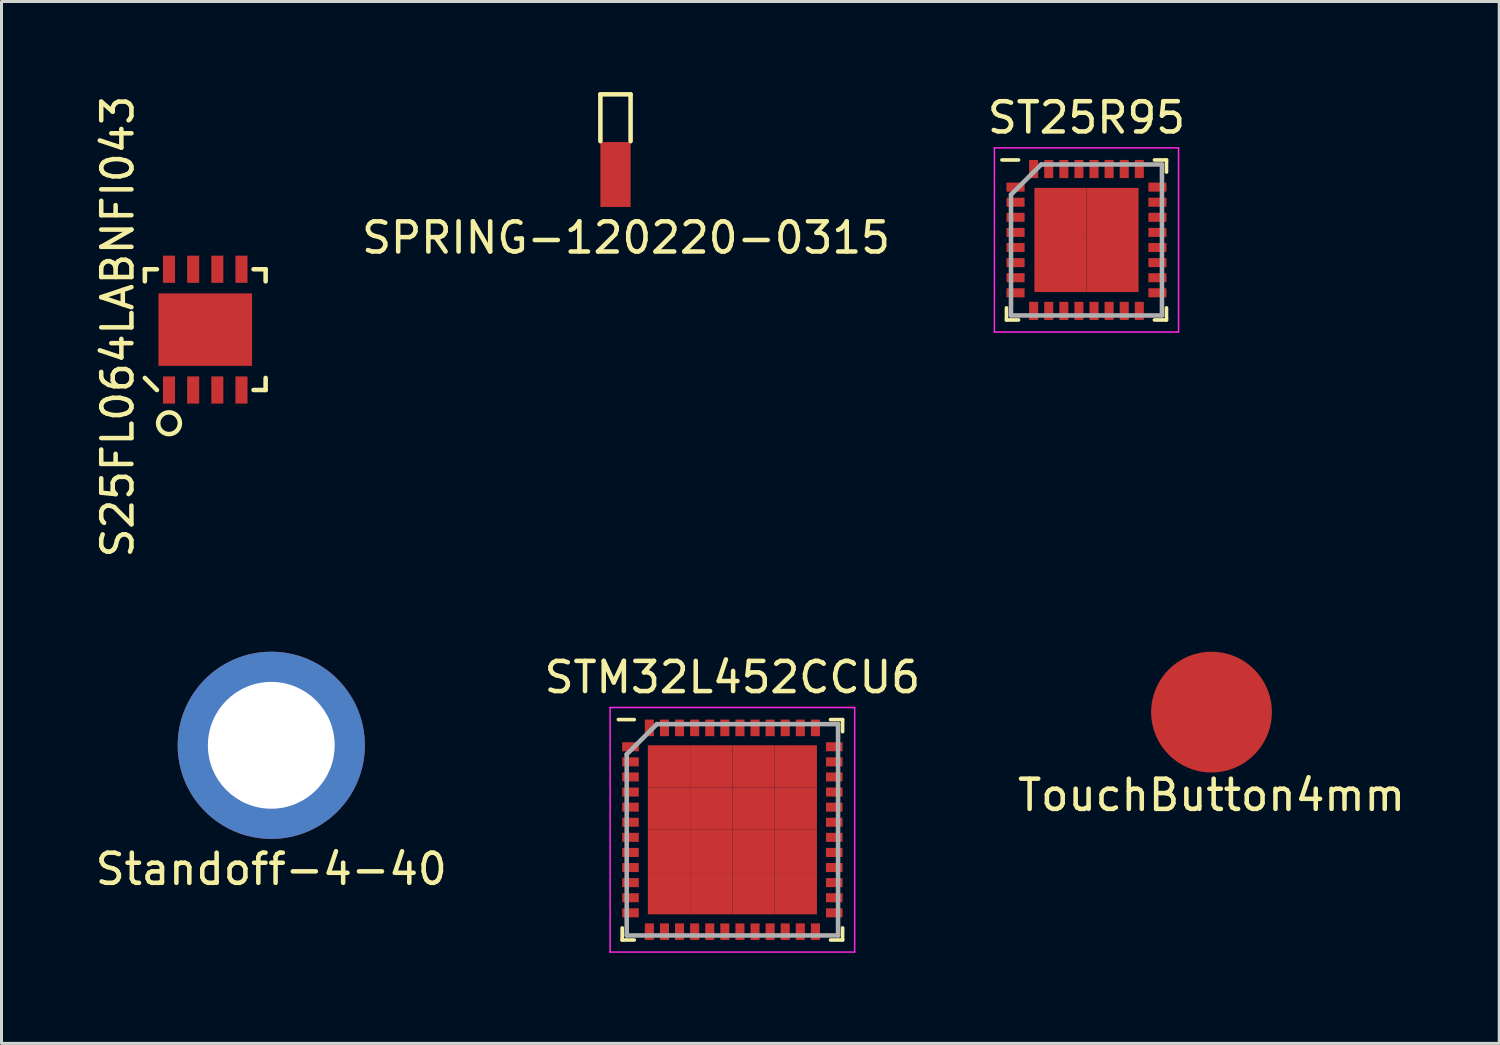
<source format=kicad_pcb>
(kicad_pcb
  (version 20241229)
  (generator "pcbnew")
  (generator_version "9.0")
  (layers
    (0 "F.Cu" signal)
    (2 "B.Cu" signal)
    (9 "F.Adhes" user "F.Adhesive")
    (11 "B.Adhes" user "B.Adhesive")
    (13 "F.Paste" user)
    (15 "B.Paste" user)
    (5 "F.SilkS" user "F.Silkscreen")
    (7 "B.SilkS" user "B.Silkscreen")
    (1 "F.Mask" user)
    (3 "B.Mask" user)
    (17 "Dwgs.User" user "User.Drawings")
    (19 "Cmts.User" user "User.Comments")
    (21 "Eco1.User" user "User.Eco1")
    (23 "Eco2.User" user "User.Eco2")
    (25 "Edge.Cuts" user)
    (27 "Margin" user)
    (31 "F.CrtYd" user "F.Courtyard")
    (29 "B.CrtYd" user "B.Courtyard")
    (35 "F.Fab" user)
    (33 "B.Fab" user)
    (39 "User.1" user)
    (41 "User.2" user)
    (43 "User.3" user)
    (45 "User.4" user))
  (footprint "S25FL064LABNFI043"
    (layer "F.Cu")
    (at 3.748 7.868)
    (property "Reference" "S25FL064LABNFI043" (at -2.9 -0.1 90) (layer "F.SilkS") (effects (font (size 1 1) (thickness 0.15))))
    (attr through_hole)
    (fp_line (start -2 -2) (end -2 -1.6) (stroke (width 0.15) (type solid)) (layer "F.SilkS"))
    (fp_line (start -2 1.6) (end -1.6 2) (stroke (width 0.15) (type solid)) (layer "F.SilkS"))
    (fp_line (start -1.6 -2) (end -2 -2) (stroke (width 0.15) (type solid)) (layer "F.SilkS"))
    (fp_line (start 1.6 -2) (end 2 -2) (stroke (width 0.15) (type solid)) (layer "F.SilkS"))
    (fp_line (start 2 -2) (end 2 -1.6) (stroke (width 0.15) (type solid)) (layer "F.SilkS"))
    (fp_line (start 2 1.6) (end 2 2) (stroke (width 0.15) (type solid)) (layer "F.SilkS"))
    (fp_line (start 2 2) (end 1.6 2) (stroke (width 0.15) (type solid)) (layer "F.SilkS"))
    (fp_circle (center -1.2 3.1) (end -0.9 3.3) (stroke (width 0.15) (type solid)) (fill no) (layer "F.SilkS"))
    (pad "1" smd rect (at -1.2 2) (size 0.4 0.9) (layers "F.Cu" "F.Mask" "F.Paste"))
    (pad "2" smd rect (at -0.4 2) (size 0.4 0.9) (layers "F.Cu" "F.Mask" "F.Paste"))
    (pad "3" smd rect (at 0.4 2) (size 0.4 0.9) (layers "F.Cu" "F.Mask" "F.Paste"))
    (pad "4" smd rect (at 1.2 2) (size 0.4 0.9) (layers "F.Cu" "F.Mask" "F.Paste"))
    (pad "5" smd rect (at 1.2 -2) (size 0.4 0.9) (layers "F.Cu" "F.Mask" "F.Paste"))
    (pad "6" smd rect (at 0.4 -2) (size 0.4 0.9) (layers "F.Cu" "F.Mask" "F.Paste"))
    (pad "7" smd rect (at -0.4 -2) (size 0.4 0.9) (layers "F.Cu" "F.Mask" "F.Paste"))
    (pad "8" smd rect (at -1.2 -2) (size 0.4 0.9) (layers "F.Cu" "F.Mask" "F.Paste"))
    (pad "9" smd rect (at 0 0) (size 3.1 2.4) (layers "F.Cu" "F.Mask" "F.Paste")))
  (footprint "ST25R95"
    (layer "F.Cu")
    (at 32.936 4.898)
    (property "Reference" "ST25R95" (at 0 -4.05 0) (layer "F.SilkS") (effects (font (size 1 1) (thickness 0.15))))
    (attr smd)
    (fp_line (start -2.65 2.65) (end -2.65 2.25) (stroke (width 0.12) (type solid)) (layer "F.SilkS"))
    (fp_line (start -2.25 -2.65) (end -2.8 -2.65) (stroke (width 0.12) (type solid)) (layer "F.SilkS"))
    (fp_line (start -2.25 2.65) (end -2.65 2.65) (stroke (width 0.12) (type solid)) (layer "F.SilkS"))
    (fp_line (start 2.25 -2.65) (end 2.65 -2.65) (stroke (width 0.12) (type solid)) (layer "F.SilkS"))
    (fp_line (start 2.25 2.65) (end 2.65 2.65) (stroke (width 0.12) (type solid)) (layer "F.SilkS"))
    (fp_line (start 2.65 -2.65) (end 2.65 -2.25) (stroke (width 0.12) (type solid)) (layer "F.SilkS"))
    (fp_line (start 2.65 2.65) (end 2.65 2.25) (stroke (width 0.12) (type solid)) (layer "F.SilkS"))
    (fp_line (start -3.05 -3.05) (end 3.05 -3.05) (stroke (width 0.05) (type solid)) (layer "F.CrtYd"))
    (fp_line (start -3.05 3.05) (end -3.05 -3.05) (stroke (width 0.05) (type solid)) (layer "F.CrtYd"))
    (fp_line (start 3.05 -3.05) (end 3.05 3.05) (stroke (width 0.05) (type solid)) (layer "F.CrtYd"))
    (fp_line (start 3.05 3.05) (end -3.05 3.05) (stroke (width 0.05) (type solid)) (layer "F.CrtYd"))
    (fp_line (start -2.5 -1.5) (end -2.5 2.5) (stroke (width 0.15) (type solid)) (layer "F.Fab"))
    (fp_line (start -2.5 2.5) (end 2.5 2.5) (stroke (width 0.15) (type solid)) (layer "F.Fab"))
    (fp_line (start -1.5 -2.5) (end -2.5 -1.5) (stroke (width 0.15) (type solid)) (layer "F.Fab"))
    (fp_line (start 2.5 -2.5) (end -1.5 -2.5) (stroke (width 0.15) (type solid)) (layer "F.Fab"))
    (fp_line (start 2.5 2.5) (end 2.5 -2.5) (stroke (width 0.15) (type solid)) (layer "F.Fab"))
    (pad "1" smd rect (at -2.35 -1.75 90) (size 0.3 0.6) (layers "F.Cu" "F.Mask" "F.Paste"))
    (pad "2" smd rect (at -2.35 -1.25 90) (size 0.3 0.6) (layers "F.Cu" "F.Mask" "F.Paste"))
    (pad "3" smd rect (at -2.35 -0.75 90) (size 0.3 0.6) (layers "F.Cu" "F.Mask" "F.Paste"))
    (pad "4" smd rect (at -2.35 -0.25 90) (size 0.3 0.6) (layers "F.Cu" "F.Mask" "F.Paste"))
    (pad "5" smd rect (at -2.35 0.25 90) (size 0.3 0.6) (layers "F.Cu" "F.Mask" "F.Paste"))
    (pad "6" smd rect (at -2.35 0.75 90) (size 0.3 0.6) (layers "F.Cu" "F.Mask" "F.Paste"))
    (pad "7" smd rect (at -2.35 1.25 90) (size 0.3 0.6) (layers "F.Cu" "F.Mask" "F.Paste"))
    (pad "8" smd rect (at -2.35 1.75 90) (size 0.3 0.6) (layers "F.Cu" "F.Mask" "F.Paste"))
    (pad "9" smd rect (at -1.75 2.35) (size 0.3 0.6) (layers "F.Cu" "F.Mask" "F.Paste"))
    (pad "10" smd rect (at -1.25 2.35) (size 0.3 0.6) (layers "F.Cu" "F.Mask" "F.Paste"))
    (pad "11" smd rect (at -0.75 2.35) (size 0.3 0.6) (layers "F.Cu" "F.Mask" "F.Paste"))
    (pad "12" smd rect (at -0.25 2.35) (size 0.3 0.6) (layers "F.Cu" "F.Mask" "F.Paste"))
    (pad "13" smd rect (at 0.25 2.35) (size 0.3 0.6) (layers "F.Cu" "F.Mask" "F.Paste"))
    (pad "14" smd rect (at 0.75 2.35) (size 0.3 0.6) (layers "F.Cu" "F.Mask" "F.Paste"))
    (pad "15" smd rect (at 1.25 2.35) (size 0.3 0.6) (layers "F.Cu" "F.Mask" "F.Paste"))
    (pad "16" smd rect (at 1.75 2.35) (size 0.3 0.6) (layers "F.Cu" "F.Mask" "F.Paste"))
    (pad "17" smd rect (at 2.35 1.75 90) (size 0.3 0.6) (layers "F.Cu" "F.Mask" "F.Paste"))
    (pad "18" smd rect (at 2.35 1.25 90) (size 0.3 0.6) (layers "F.Cu" "F.Mask" "F.Paste"))
    (pad "19" smd rect (at 2.35 0.75 90) (size 0.3 0.6) (layers "F.Cu" "F.Mask" "F.Paste"))
    (pad "20" smd rect (at 2.35 0.25 90) (size 0.3 0.6) (layers "F.Cu" "F.Mask" "F.Paste"))
    (pad "21" smd rect (at 2.35 -0.25 90) (size 0.3 0.6) (layers "F.Cu" "F.Mask" "F.Paste"))
    (pad "22" smd rect (at 2.35 -0.75 90) (size 0.3 0.6) (layers "F.Cu" "F.Mask" "F.Paste"))
    (pad "23" smd rect (at 2.35 -1.25 90) (size 0.3 0.6) (layers "F.Cu" "F.Mask" "F.Paste"))
    (pad "24" smd rect (at 2.35 -1.75 90) (size 0.3 0.6) (layers "F.Cu" "F.Mask" "F.Paste"))
    (pad "25" smd rect (at 1.75 -2.35) (size 0.3 0.6) (layers "F.Cu" "F.Mask" "F.Paste"))
    (pad "26" smd rect (at 1.25 -2.35) (size 0.3 0.6) (layers "F.Cu" "F.Mask" "F.Paste"))
    (pad "27" smd rect (at 0.75 -2.35) (size 0.3 0.6) (layers "F.Cu" "F.Mask" "F.Paste"))
    (pad "28" smd rect (at 0.25 -2.35) (size 0.3 0.6) (layers "F.Cu" "F.Mask" "F.Paste"))
    (pad "29" smd rect (at -0.25 -2.35) (size 0.3 0.6) (layers "F.Cu" "F.Mask" "F.Paste"))
    (pad "30" smd rect (at -0.75 -2.35) (size 0.3 0.6) (layers "F.Cu" "F.Mask" "F.Paste"))
    (pad "31" smd rect (at -1.25 -2.35) (size 0.3 0.6) (layers "F.Cu" "F.Mask" "F.Paste"))
    (pad "32" smd rect (at -1.75 -2.35) (size 0.3 0.6) (layers "F.Cu" "F.Mask" "F.Paste"))
    (pad "33" smd rect (at -0.863 -0.863) (size 1.725 1.725) (layers "F.Cu" "F.Mask" "F.Paste"))
    (pad "33" smd rect (at -0.863 0.863) (size 1.725 1.725) (layers "F.Cu" "F.Mask" "F.Paste"))
    (pad "33" smd rect (at 0.863 -0.863) (size 1.725 1.725) (layers "F.Cu" "F.Mask" "F.Paste"))
    (pad "33" smd rect (at 0.863 0.863) (size 1.725 1.725) (layers "F.Cu" "F.Mask" "F.Paste")))
  (footprint "STM32L452CCU6"
    (layer "F.Cu")
    (at 21.208 24.434)
    (property "Reference" "STM32L452CCU6" (at 0 -5.05 0) (layer "F.SilkS") (effects (font (size 1 1) (thickness 0.15))))
    (attr smd)
    (fp_line (start -3.65 3.65) (end -3.65 3.25) (stroke (width 0.12) (type solid)) (layer "F.SilkS"))
    (fp_line (start -3.25 -3.65) (end -3.775 -3.65) (stroke (width 0.12) (type solid)) (layer "F.SilkS"))
    (fp_line (start -3.25 3.65) (end -3.65 3.65) (stroke (width 0.12) (type solid)) (layer "F.SilkS"))
    (fp_line (start 3.25 -3.65) (end 3.65 -3.65) (stroke (width 0.12) (type solid)) (layer "F.SilkS"))
    (fp_line (start 3.25 3.65) (end 3.65 3.65) (stroke (width 0.12) (type solid)) (layer "F.SilkS"))
    (fp_line (start 3.65 -3.65) (end 3.65 -3.25) (stroke (width 0.12) (type solid)) (layer "F.SilkS"))
    (fp_line (start 3.65 3.65) (end 3.65 3.25) (stroke (width 0.12) (type solid)) (layer "F.SilkS"))
    (fp_line (start -4.05 -4.05) (end 4.05 -4.05) (stroke (width 0.05) (type solid)) (layer "F.CrtYd"))
    (fp_line (start -4.05 4.05) (end -4.05 -4.05) (stroke (width 0.05) (type solid)) (layer "F.CrtYd"))
    (fp_line (start 4.05 -4.05) (end 4.05 4.05) (stroke (width 0.05) (type solid)) (layer "F.CrtYd"))
    (fp_line (start 4.05 4.05) (end -4.05 4.05) (stroke (width 0.05) (type solid)) (layer "F.CrtYd"))
    (fp_line (start -3.5 -2.5) (end -3.5 3.5) (stroke (width 0.15) (type solid)) (layer "F.Fab"))
    (fp_line (start -3.5 3.5) (end 3.5 3.5) (stroke (width 0.15) (type solid)) (layer "F.Fab"))
    (fp_line (start -2.5 -3.5) (end -3.5 -2.5) (stroke (width 0.15) (type solid)) (layer "F.Fab"))
    (fp_line (start 3.5 -3.5) (end -2.5 -3.5) (stroke (width 0.15) (type solid)) (layer "F.Fab"))
    (fp_line (start 3.5 3.5) (end 3.5 -3.5) (stroke (width 0.15) (type solid)) (layer "F.Fab"))
    (pad "1" smd rect (at -3.375 -2.75 90) (size 0.3 0.55) (layers "F.Cu" "F.Mask" "F.Paste"))
    (pad "2" smd rect (at -3.375 -2.25 90) (size 0.3 0.55) (layers "F.Cu" "F.Mask" "F.Paste"))
    (pad "3" smd rect (at -3.375 -1.75 90) (size 0.3 0.55) (layers "F.Cu" "F.Mask" "F.Paste"))
    (pad "4" smd rect (at -3.375 -1.25 90) (size 0.3 0.55) (layers "F.Cu" "F.Mask" "F.Paste"))
    (pad "5" smd rect (at -3.375 -0.75 90) (size 0.3 0.55) (layers "F.Cu" "F.Mask" "F.Paste"))
    (pad "6" smd rect (at -3.375 -0.25 90) (size 0.3 0.55) (layers "F.Cu" "F.Mask" "F.Paste"))
    (pad "7" smd rect (at -3.375 0.25 90) (size 0.3 0.55) (layers "F.Cu" "F.Mask" "F.Paste"))
    (pad "8" smd rect (at -3.375 0.75 90) (size 0.3 0.55) (layers "F.Cu" "F.Mask" "F.Paste"))
    (pad "9" smd rect (at -3.375 1.25 90) (size 0.3 0.55) (layers "F.Cu" "F.Mask" "F.Paste"))
    (pad "10" smd rect (at -3.375 1.75 90) (size 0.3 0.55) (layers "F.Cu" "F.Mask" "F.Paste"))
    (pad "11" smd rect (at -3.375 2.25 90) (size 0.3 0.55) (layers "F.Cu" "F.Mask" "F.Paste"))
    (pad "12" smd rect (at -3.375 2.75 90) (size 0.3 0.55) (layers "F.Cu" "F.Mask" "F.Paste"))
    (pad "13" smd rect (at -2.75 3.375) (size 0.3 0.55) (layers "F.Cu" "F.Mask" "F.Paste"))
    (pad "14" smd rect (at -2.25 3.375) (size 0.3 0.55) (layers "F.Cu" "F.Mask" "F.Paste"))
    (pad "15" smd rect (at -1.75 3.375) (size 0.3 0.55) (layers "F.Cu" "F.Mask" "F.Paste"))
    (pad "16" smd rect (at -1.25 3.375) (size 0.3 0.55) (layers "F.Cu" "F.Mask" "F.Paste"))
    (pad "17" smd rect (at -0.75 3.375) (size 0.3 0.55) (layers "F.Cu" "F.Mask" "F.Paste"))
    (pad "18" smd rect (at -0.25 3.375) (size 0.3 0.55) (layers "F.Cu" "F.Mask" "F.Paste"))
    (pad "19" smd rect (at 0.25 3.375) (size 0.3 0.55) (layers "F.Cu" "F.Mask" "F.Paste"))
    (pad "20" smd rect (at 0.75 3.375) (size 0.3 0.55) (layers "F.Cu" "F.Mask" "F.Paste"))
    (pad "21" smd rect (at 1.25 3.375) (size 0.3 0.55) (layers "F.Cu" "F.Mask" "F.Paste"))
    (pad "22" smd rect (at 1.75 3.375) (size 0.3 0.55) (layers "F.Cu" "F.Mask" "F.Paste"))
    (pad "23" smd rect (at 2.25 3.375) (size 0.3 0.55) (layers "F.Cu" "F.Mask" "F.Paste"))
    (pad "24" smd rect (at 2.75 3.375) (size 0.3 0.55) (layers "F.Cu" "F.Mask" "F.Paste"))
    (pad "25" smd rect (at 3.375 2.75 90) (size 0.3 0.55) (layers "F.Cu" "F.Mask" "F.Paste"))
    (pad "26" smd rect (at 3.375 2.25 90) (size 0.3 0.55) (layers "F.Cu" "F.Mask" "F.Paste"))
    (pad "27" smd rect (at 3.375 1.75 90) (size 0.3 0.55) (layers "F.Cu" "F.Mask" "F.Paste"))
    (pad "28" smd rect (at 3.375 1.25 90) (size 0.3 0.55) (layers "F.Cu" "F.Mask" "F.Paste"))
    (pad "29" smd rect (at 3.375 0.75 90) (size 0.3 0.55) (layers "F.Cu" "F.Mask" "F.Paste"))
    (pad "30" smd rect (at 3.375 0.25 90) (size 0.3 0.55) (layers "F.Cu" "F.Mask" "F.Paste"))
    (pad "31" smd rect (at 3.375 -0.25 90) (size 0.3 0.55) (layers "F.Cu" "F.Mask" "F.Paste"))
    (pad "32" smd rect (at 3.375 -0.75 90) (size 0.3 0.55) (layers "F.Cu" "F.Mask" "F.Paste"))
    (pad "33" smd rect (at 3.375 -1.25 90) (size 0.3 0.55) (layers "F.Cu" "F.Mask" "F.Paste"))
    (pad "34" smd rect (at 3.375 -1.75 90) (size 0.3 0.55) (layers "F.Cu" "F.Mask" "F.Paste"))
    (pad "35" smd rect (at 3.375 -2.25 90) (size 0.3 0.55) (layers "F.Cu" "F.Mask" "F.Paste"))
    (pad "36" smd rect (at 3.375 -2.75 90) (size 0.3 0.55) (layers "F.Cu" "F.Mask" "F.Paste"))
    (pad "37" smd rect (at 2.75 -3.375) (size 0.3 0.55) (layers "F.Cu" "F.Mask" "F.Paste"))
    (pad "38" smd rect (at 2.25 -3.375) (size 0.3 0.55) (layers "F.Cu" "F.Mask" "F.Paste"))
    (pad "39" smd rect (at 1.75 -3.375) (size 0.3 0.55) (layers "F.Cu" "F.Mask" "F.Paste"))
    (pad "40" smd rect (at 1.25 -3.375) (size 0.3 0.55) (layers "F.Cu" "F.Mask" "F.Paste"))
    (pad "41" smd rect (at 0.75 -3.375) (size 0.3 0.55) (layers "F.Cu" "F.Mask" "F.Paste"))
    (pad "42" smd rect (at 0.25 -3.375) (size 0.3 0.55) (layers "F.Cu" "F.Mask" "F.Paste"))
    (pad "43" smd rect (at -0.25 -3.375) (size 0.3 0.55) (layers "F.Cu" "F.Mask" "F.Paste"))
    (pad "44" smd rect (at -0.75 -3.375) (size 0.3 0.55) (layers "F.Cu" "F.Mask" "F.Paste"))
    (pad "45" smd rect (at -1.25 -3.375) (size 0.3 0.55) (layers "F.Cu" "F.Mask" "F.Paste"))
    (pad "46" smd rect (at -1.75 -3.375) (size 0.3 0.55) (layers "F.Cu" "F.Mask" "F.Paste"))
    (pad "47" smd rect (at -2.25 -3.375) (size 0.3 0.55) (layers "F.Cu" "F.Mask" "F.Paste"))
    (pad "48" smd rect (at -2.75 -3.375) (size 0.3 0.55) (layers "F.Cu" "F.Mask" "F.Paste"))
    (pad "49" smd rect (at -2.1 -2.1) (size 1.4 1.4) (layers "F.Cu" "F.Mask" "F.Paste"))
    (pad "49" smd rect (at -2.1 -0.7) (size 1.4 1.4) (layers "F.Cu" "F.Mask" "F.Paste"))
    (pad "49" smd rect (at -2.1 0.7) (size 1.4 1.4) (layers "F.Cu" "F.Mask" "F.Paste"))
    (pad "49" smd rect (at -2.1 2.1) (size 1.4 1.4) (layers "F.Cu" "F.Mask" "F.Paste"))
    (pad "49" smd rect (at -0.7 -2.1) (size 1.4 1.4) (layers "F.Cu" "F.Mask" "F.Paste"))
    (pad "49" smd rect (at -0.7 -0.7) (size 1.4 1.4) (layers "F.Cu" "F.Mask" "F.Paste"))
    (pad "49" smd rect (at -0.7 0.7) (size 1.4 1.4) (layers "F.Cu" "F.Mask" "F.Paste"))
    (pad "49" smd rect (at -0.7 2.1) (size 1.4 1.4) (layers "F.Cu" "F.Mask" "F.Paste"))
    (pad "49" smd rect (at 0.7 -2.1) (size 1.4 1.4) (layers "F.Cu" "F.Mask" "F.Paste"))
    (pad "49" smd rect (at 0.7 -0.7) (size 1.4 1.4) (layers "F.Cu" "F.Mask" "F.Paste"))
    (pad "49" smd rect (at 0.7 0.7) (size 1.4 1.4) (layers "F.Cu" "F.Mask" "F.Paste"))
    (pad "49" smd rect (at 0.7 2.1) (size 1.4 1.4) (layers "F.Cu" "F.Mask" "F.Paste"))
    (pad "49" smd rect (at 2.1 -2.1) (size 1.4 1.4) (layers "F.Cu" "F.Mask" "F.Paste"))
    (pad "49" smd rect (at 2.1 -0.7) (size 1.4 1.4) (layers "F.Cu" "F.Mask" "F.Paste"))
    (pad "49" smd rect (at 2.1 0.7) (size 1.4 1.4) (layers "F.Cu" "F.Mask" "F.Paste"))
    (pad "49" smd rect (at 2.1 2.1) (size 1.4 1.4) (layers "F.Cu" "F.Mask" "F.Paste")))
  (footprint "Standoff-4-40"
    (layer "F.Cu")
    (at 5.935 21.636)
    (property "Reference" "Standoff-4-40" (at 0 4.1 0) (layer "F.SilkS") (effects (font (size 1 1) (thickness 0.15))))
    (attr through_hole)
    (fp_arc (start -2.533094 -0.789096) (mid -1.906474 -1.836105) (end -0.87 -2.48) (stroke (width 0.9) (type solid)) (layer "F.Paste"))
    (fp_arc (start -0.829969 2.524197) (mid -1.879319 1.872261) (end -2.51 0.81) (stroke (width 0.9) (type solid)) (layer "F.Paste"))
    (fp_arc (start 0.909186 -2.4779) (mid 1.924214 -1.818138) (end 2.53 -0.77) (stroke (width 0.9) (type solid)) (layer "F.Paste"))
    (fp_arc (start 2.530807 0.818986) (mid 1.924433 1.836489) (end 0.93 2.48) (stroke (width 0.9) (type solid)) (layer "F.Paste"))
    (pad "1" thru_hole circle (at 0 0) (size 6.2 6.2) (drill 4.2) (layers "*.Cu" "*.Mask")))
  (footprint "SPRING-120220-0315"
    (layer "F.Cu")
    (at 17.336 1.375)
    (property "Reference" "SPRING-120220-0315" (at 0.35 3.45 0) (layer "F.SilkS") (effects (font (size 1 1) (thickness 0.15))))
    (attr through_hole)
    (fp_line (start -0.5 -1.3) (end 0.5 -1.3) (stroke (width 0.15) (type solid)) (layer "F.SilkS"))
    (fp_line (start -0.5 0.25) (end -0.5 -1.3) (stroke (width 0.15) (type solid)) (layer "F.SilkS"))
    (fp_line (start 0.5 -1.3) (end 0.5 0.25) (stroke (width 0.15) (type solid)) (layer "F.SilkS"))
    (pad "1" smd rect (at 0 1.355) (size 1 2.15) (layers "F.Cu" "F.Mask" "F.Paste")))
  (footprint "TouchButton4mm"
    (layer "F.Cu")
    (at 37.077 20.536)
    (property "Reference" "TouchButton4mm" (at 0 2.75 0) (layer "F.SilkS") (effects (font (size 1 1) (thickness 0.15))))
    (attr through_hole)
    (pad "1" smd circle (at 0 0) (size 4 4) (layers "F.Cu")))
  (gr_rect
    (start -3 -3)
    (end 46.607 31.509)
    (stroke (width 0.1) (type default))
    (fill no)
    (layer "Edge.Cuts")))
</source>
